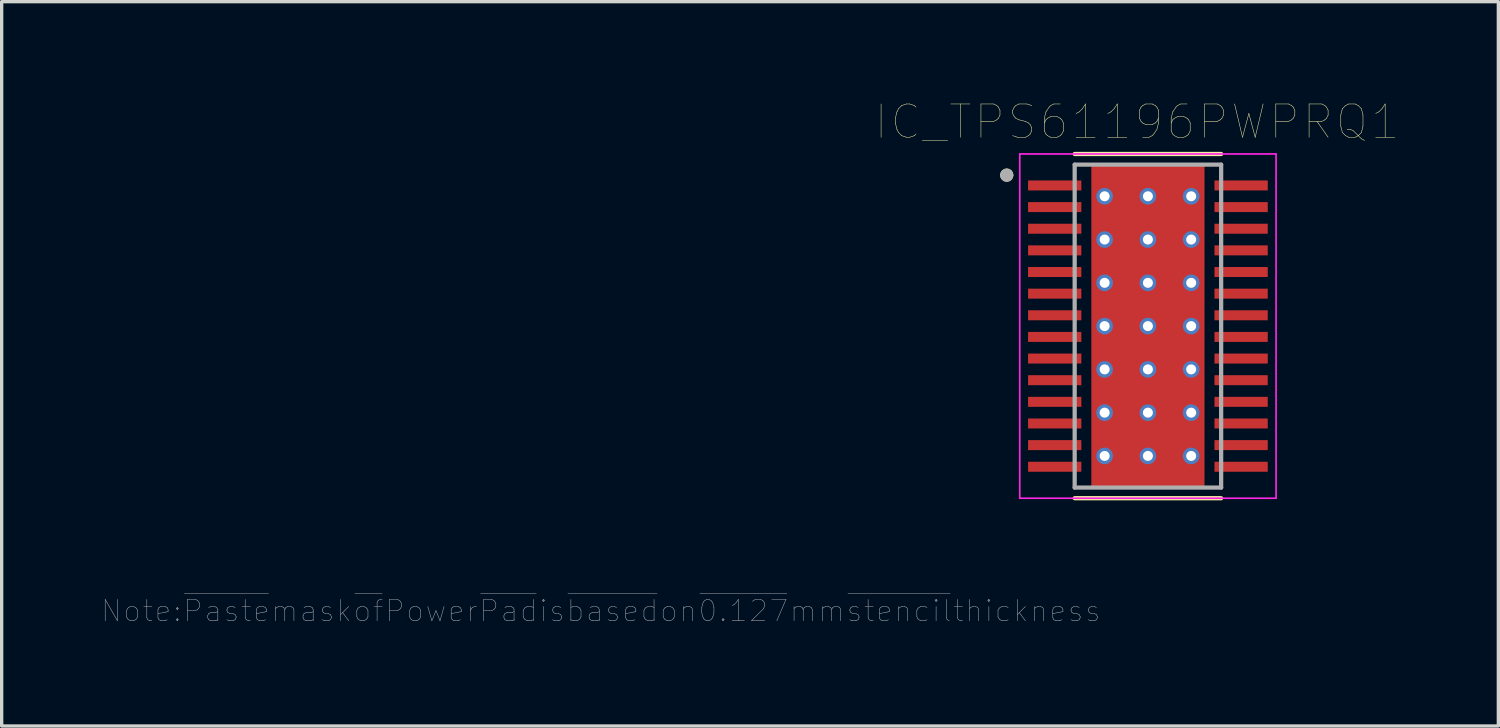
<source format=kicad_pcb>
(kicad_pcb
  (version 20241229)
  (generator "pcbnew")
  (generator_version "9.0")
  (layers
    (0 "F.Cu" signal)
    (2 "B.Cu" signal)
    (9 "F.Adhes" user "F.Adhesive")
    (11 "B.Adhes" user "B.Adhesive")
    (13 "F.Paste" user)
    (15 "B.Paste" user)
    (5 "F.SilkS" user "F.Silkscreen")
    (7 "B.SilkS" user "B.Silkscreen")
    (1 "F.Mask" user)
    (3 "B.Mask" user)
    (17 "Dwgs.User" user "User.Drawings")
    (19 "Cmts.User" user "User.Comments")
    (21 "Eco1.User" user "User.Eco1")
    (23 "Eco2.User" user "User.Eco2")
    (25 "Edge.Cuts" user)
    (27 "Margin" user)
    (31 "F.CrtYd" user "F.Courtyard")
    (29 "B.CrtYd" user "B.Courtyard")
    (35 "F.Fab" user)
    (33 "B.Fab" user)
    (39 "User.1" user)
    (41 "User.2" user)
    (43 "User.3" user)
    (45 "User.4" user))
  (footprint "IC_TPS61196PWPRQ1"
    (layer "F.Cu")
    (at 31.433 6.746)
    (property "Reference" "IC_TPS61196PWPRQ1" (at -0.325 -6.135 0) (layer "F.SilkS") (effects (font (size 1 1) (thickness 0.015))))
    (attr smd)
    (fp_poly (pts (xy -3.67 -4.445) (xy -1.93 -4.445) (xy -1.93 -4.005) (xy -3.67 -4.005)) (stroke (width 0.01) (type solid)) (fill yes) (layer "F.Mask"))
    (fp_poly (pts (xy -3.67 -3.795) (xy -1.93 -3.795) (xy -1.93 -3.355) (xy -3.67 -3.355)) (stroke (width 0.01) (type solid)) (fill yes) (layer "F.Mask"))
    (fp_poly (pts (xy -3.67 -3.145) (xy -1.93 -3.145) (xy -1.93 -2.705) (xy -3.67 -2.705)) (stroke (width 0.01) (type solid)) (fill yes) (layer "F.Mask"))
    (fp_poly (pts (xy -3.67 -2.495) (xy -1.93 -2.495) (xy -1.93 -2.055) (xy -3.67 -2.055)) (stroke (width 0.01) (type solid)) (fill yes) (layer "F.Mask"))
    (fp_poly (pts (xy -3.67 -1.845) (xy -1.93 -1.845) (xy -1.93 -1.405) (xy -3.67 -1.405)) (stroke (width 0.01) (type solid)) (fill yes) (layer "F.Mask"))
    (fp_poly (pts (xy -3.67 -1.195) (xy -1.93 -1.195) (xy -1.93 -0.755) (xy -3.67 -0.755)) (stroke (width 0.01) (type solid)) (fill yes) (layer "F.Mask"))
    (fp_poly (pts (xy -3.67 -0.545) (xy -1.93 -0.545) (xy -1.93 -0.105) (xy -3.67 -0.105)) (stroke (width 0.01) (type solid)) (fill yes) (layer "F.Mask"))
    (fp_poly (pts (xy -3.67 0.105) (xy -1.93 0.105) (xy -1.93 0.545) (xy -3.67 0.545)) (stroke (width 0.01) (type solid)) (fill yes) (layer "F.Mask"))
    (fp_poly (pts (xy -3.67 0.755) (xy -1.93 0.755) (xy -1.93 1.195) (xy -3.67 1.195)) (stroke (width 0.01) (type solid)) (fill yes) (layer "F.Mask"))
    (fp_poly (pts (xy -3.67 1.405) (xy -1.93 1.405) (xy -1.93 1.845) (xy -3.67 1.845)) (stroke (width 0.01) (type solid)) (fill yes) (layer "F.Mask"))
    (fp_poly (pts (xy -3.67 2.055) (xy -1.93 2.055) (xy -1.93 2.495) (xy -3.67 2.495)) (stroke (width 0.01) (type solid)) (fill yes) (layer "F.Mask"))
    (fp_poly (pts (xy -3.67 2.705) (xy -1.93 2.705) (xy -1.93 3.145) (xy -3.67 3.145)) (stroke (width 0.01) (type solid)) (fill yes) (layer "F.Mask"))
    (fp_poly (pts (xy -3.67 3.355) (xy -1.93 3.355) (xy -1.93 3.795) (xy -3.67 3.795)) (stroke (width 0.01) (type solid)) (fill yes) (layer "F.Mask"))
    (fp_poly (pts (xy -3.67 4.005) (xy -1.93 4.005) (xy -1.93 4.445) (xy -3.67 4.445)) (stroke (width 0.01) (type solid)) (fill yes) (layer "F.Mask"))
    (fp_poly (pts (xy -1.2 -3.23) (xy 1.2 -3.23) (xy 1.2 3.23) (xy -1.2 3.23)) (stroke (width 0.01) (type solid)) (fill yes) (layer "F.Mask"))
    (fp_poly (pts (xy 1.93 -4.445) (xy 3.67 -4.445) (xy 3.67 -4.005) (xy 1.93 -4.005)) (stroke (width 0.01) (type solid)) (fill yes) (layer "F.Mask"))
    (fp_poly (pts (xy 1.93 -3.795) (xy 3.67 -3.795) (xy 3.67 -3.355) (xy 1.93 -3.355)) (stroke (width 0.01) (type solid)) (fill yes) (layer "F.Mask"))
    (fp_poly (pts (xy 1.93 -3.145) (xy 3.67 -3.145) (xy 3.67 -2.705) (xy 1.93 -2.705)) (stroke (width 0.01) (type solid)) (fill yes) (layer "F.Mask"))
    (fp_poly (pts (xy 1.93 -2.495) (xy 3.67 -2.495) (xy 3.67 -2.055) (xy 1.93 -2.055)) (stroke (width 0.01) (type solid)) (fill yes) (layer "F.Mask"))
    (fp_poly (pts (xy 1.93 -1.845) (xy 3.67 -1.845) (xy 3.67 -1.405) (xy 1.93 -1.405)) (stroke (width 0.01) (type solid)) (fill yes) (layer "F.Mask"))
    (fp_poly (pts (xy 1.93 -1.195) (xy 3.67 -1.195) (xy 3.67 -0.755) (xy 1.93 -0.755)) (stroke (width 0.01) (type solid)) (fill yes) (layer "F.Mask"))
    (fp_poly (pts (xy 1.93 -0.545) (xy 3.67 -0.545) (xy 3.67 -0.105) (xy 1.93 -0.105)) (stroke (width 0.01) (type solid)) (fill yes) (layer "F.Mask"))
    (fp_poly (pts (xy 1.93 0.105) (xy 3.67 0.105) (xy 3.67 0.545) (xy 1.93 0.545)) (stroke (width 0.01) (type solid)) (fill yes) (layer "F.Mask"))
    (fp_poly (pts (xy 1.93 0.755) (xy 3.67 0.755) (xy 3.67 1.195) (xy 1.93 1.195)) (stroke (width 0.01) (type solid)) (fill yes) (layer "F.Mask"))
    (fp_poly (pts (xy 1.93 1.405) (xy 3.67 1.405) (xy 3.67 1.845) (xy 1.93 1.845)) (stroke (width 0.01) (type solid)) (fill yes) (layer "F.Mask"))
    (fp_poly (pts (xy 1.93 2.055) (xy 3.67 2.055) (xy 3.67 2.495) (xy 1.93 2.495)) (stroke (width 0.01) (type solid)) (fill yes) (layer "F.Mask"))
    (fp_poly (pts (xy 1.93 2.705) (xy 3.67 2.705) (xy 3.67 3.145) (xy 1.93 3.145)) (stroke (width 0.01) (type solid)) (fill yes) (layer "F.Mask"))
    (fp_poly (pts (xy 1.93 3.355) (xy 3.67 3.355) (xy 3.67 3.795) (xy 1.93 3.795)) (stroke (width 0.01) (type solid)) (fill yes) (layer "F.Mask"))
    (fp_poly (pts (xy 1.93 4.005) (xy 3.67 4.005) (xy 3.67 4.445) (xy 1.93 4.445)) (stroke (width 0.01) (type solid)) (fill yes) (layer "F.Mask"))
    (fp_line (start -2.2 -5.17) (end 2.2 -5.17) (stroke (width 0.127) (type solid)) (layer "F.SilkS"))
    (fp_line (start -2.2 5.17) (end 2.2 5.17) (stroke (width 0.127) (type solid)) (layer "F.SilkS"))
    (fp_circle (center -4.24 -4.535) (end -4.14 -4.535) (stroke (width 0.2) (type solid)) (fill no) (layer "F.SilkS"))
    (fp_poly (pts (xy -3.575 -4.35) (xy -2.025 -4.35) (xy -2.025 -4.1) (xy -3.575 -4.1)) (stroke (width 0.01) (type solid)) (fill yes) (layer "F.Paste"))
    (fp_poly (pts (xy -3.575 -3.7) (xy -2.025 -3.7) (xy -2.025 -3.45) (xy -3.575 -3.45)) (stroke (width 0.01) (type solid)) (fill yes) (layer "F.Paste"))
    (fp_poly (pts (xy -3.575 -3.05) (xy -2.025 -3.05) (xy -2.025 -2.8) (xy -3.575 -2.8)) (stroke (width 0.01) (type solid)) (fill yes) (layer "F.Paste"))
    (fp_poly (pts (xy -3.575 -2.4) (xy -2.025 -2.4) (xy -2.025 -2.15) (xy -3.575 -2.15)) (stroke (width 0.01) (type solid)) (fill yes) (layer "F.Paste"))
    (fp_poly (pts (xy -3.575 -1.75) (xy -2.025 -1.75) (xy -2.025 -1.5) (xy -3.575 -1.5)) (stroke (width 0.01) (type solid)) (fill yes) (layer "F.Paste"))
    (fp_poly (pts (xy -3.575 -1.1) (xy -2.025 -1.1) (xy -2.025 -0.85) (xy -3.575 -0.85)) (stroke (width 0.01) (type solid)) (fill yes) (layer "F.Paste"))
    (fp_poly (pts (xy -3.575 -0.45) (xy -2.025 -0.45) (xy -2.025 -0.2) (xy -3.575 -0.2)) (stroke (width 0.01) (type solid)) (fill yes) (layer "F.Paste"))
    (fp_poly (pts (xy -3.575 0.2) (xy -2.025 0.2) (xy -2.025 0.45) (xy -3.575 0.45)) (stroke (width 0.01) (type solid)) (fill yes) (layer "F.Paste"))
    (fp_poly (pts (xy -3.575 0.85) (xy -2.025 0.85) (xy -2.025 1.1) (xy -3.575 1.1)) (stroke (width 0.01) (type solid)) (fill yes) (layer "F.Paste"))
    (fp_poly (pts (xy -3.575 1.5) (xy -2.025 1.5) (xy -2.025 1.75) (xy -3.575 1.75)) (stroke (width 0.01) (type solid)) (fill yes) (layer "F.Paste"))
    (fp_poly (pts (xy -3.575 2.15) (xy -2.025 2.15) (xy -2.025 2.4) (xy -3.575 2.4)) (stroke (width 0.01) (type solid)) (fill yes) (layer "F.Paste"))
    (fp_poly (pts (xy -3.575 2.8) (xy -2.025 2.8) (xy -2.025 3.05) (xy -3.575 3.05)) (stroke (width 0.01) (type solid)) (fill yes) (layer "F.Paste"))
    (fp_poly (pts (xy -3.575 3.45) (xy -2.025 3.45) (xy -2.025 3.7) (xy -3.575 3.7)) (stroke (width 0.01) (type solid)) (fill yes) (layer "F.Paste"))
    (fp_poly (pts (xy -3.575 4.1) (xy -2.025 4.1) (xy -2.025 4.35) (xy -3.575 4.35)) (stroke (width 0.01) (type solid)) (fill yes) (layer "F.Paste"))
    (fp_poly (pts (xy -1.2 -3.23) (xy 1.2 -3.23) (xy 1.2 3.23) (xy -1.2 3.23)) (stroke (width 0.01) (type solid)) (fill yes) (layer "F.Paste"))
    (fp_poly (pts (xy 2.025 -4.35) (xy 3.575 -4.35) (xy 3.575 -4.1) (xy 2.025 -4.1)) (stroke (width 0.01) (type solid)) (fill yes) (layer "F.Paste"))
    (fp_poly (pts (xy 2.025 -3.7) (xy 3.575 -3.7) (xy 3.575 -3.45) (xy 2.025 -3.45)) (stroke (width 0.01) (type solid)) (fill yes) (layer "F.Paste"))
    (fp_poly (pts (xy 2.025 -3.05) (xy 3.575 -3.05) (xy 3.575 -2.8) (xy 2.025 -2.8)) (stroke (width 0.01) (type solid)) (fill yes) (layer "F.Paste"))
    (fp_poly (pts (xy 2.025 -2.4) (xy 3.575 -2.4) (xy 3.575 -2.15) (xy 2.025 -2.15)) (stroke (width 0.01) (type solid)) (fill yes) (layer "F.Paste"))
    (fp_poly (pts (xy 2.025 -1.75) (xy 3.575 -1.75) (xy 3.575 -1.5) (xy 2.025 -1.5)) (stroke (width 0.01) (type solid)) (fill yes) (layer "F.Paste"))
    (fp_poly (pts (xy 2.025 -1.1) (xy 3.575 -1.1) (xy 3.575 -0.85) (xy 2.025 -0.85)) (stroke (width 0.01) (type solid)) (fill yes) (layer "F.Paste"))
    (fp_poly (pts (xy 2.025 -0.45) (xy 3.575 -0.45) (xy 3.575 -0.2) (xy 2.025 -0.2)) (stroke (width 0.01) (type solid)) (fill yes) (layer "F.Paste"))
    (fp_poly (pts (xy 2.025 0.2) (xy 3.575 0.2) (xy 3.575 0.45) (xy 2.025 0.45)) (stroke (width 0.01) (type solid)) (fill yes) (layer "F.Paste"))
    (fp_poly (pts (xy 2.025 0.85) (xy 3.575 0.85) (xy 3.575 1.1) (xy 2.025 1.1)) (stroke (width 0.01) (type solid)) (fill yes) (layer "F.Paste"))
    (fp_poly (pts (xy 2.025 1.5) (xy 3.575 1.5) (xy 3.575 1.75) (xy 2.025 1.75)) (stroke (width 0.01) (type solid)) (fill yes) (layer "F.Paste"))
    (fp_poly (pts (xy 2.025 2.15) (xy 3.575 2.15) (xy 3.575 2.4) (xy 2.025 2.4)) (stroke (width 0.01) (type solid)) (fill yes) (layer "F.Paste"))
    (fp_poly (pts (xy 2.025 2.8) (xy 3.575 2.8) (xy 3.575 3.05) (xy 2.025 3.05)) (stroke (width 0.01) (type solid)) (fill yes) (layer "F.Paste"))
    (fp_poly (pts (xy 2.025 3.45) (xy 3.575 3.45) (xy 3.575 3.7) (xy 2.025 3.7)) (stroke (width 0.01) (type solid)) (fill yes) (layer "F.Paste"))
    (fp_poly (pts (xy 2.025 4.1) (xy 3.575 4.1) (xy 3.575 4.35) (xy 2.025 4.35)) (stroke (width 0.01) (type solid)) (fill yes) (layer "F.Paste"))
    (fp_line (start -3.85 -5.17) (end -3.85 5.17) (stroke (width 0.05) (type solid)) (layer "F.CrtYd"))
    (fp_line (start -3.85 -5.17) (end 3.85 -5.17) (stroke (width 0.05) (type solid)) (layer "F.CrtYd"))
    (fp_line (start -3.85 5.17) (end 3.85 5.17) (stroke (width 0.05) (type solid)) (layer "F.CrtYd"))
    (fp_line (start 3.85 -5.17) (end 3.85 5.17) (stroke (width 0.05) (type solid)) (layer "F.CrtYd"))
    (fp_line (start -2.2 -4.85) (end -2.2 4.85) (stroke (width 0.127) (type solid)) (layer "F.Fab"))
    (fp_line (start -2.2 -4.85) (end 2.2 -4.85) (stroke (width 0.127) (type solid)) (layer "F.Fab"))
    (fp_line (start -2.2 4.85) (end 2.2 4.85) (stroke (width 0.127) (type solid)) (layer "F.Fab"))
    (fp_line (start 2.2 -4.85) (end 2.2 4.85) (stroke (width 0.127) (type solid)) (layer "F.Fab"))
    (fp_circle (center -4.24 -4.535) (end -4.14 -4.535) (stroke (width 0.2) (type solid)) (fill no) (layer "F.Fab"))
    (fp_text user "Note:~{Paste}mask~{of}Power~{Pad}is~{based}on~{0.127}mm~{stencil}thickness" (at -16.435 8.555 0) (layer "F.Fab") (effects (font (size 0.64 0.64) (thickness 0.015))))
    (pad "1" smd rect (at -2.8 -4.225) (size 1.6 0.3) (layers "F.Cu"))
    (pad "2" smd rect (at -2.8 -3.575) (size 1.6 0.3) (layers "F.Cu"))
    (pad "3" smd rect (at -2.8 -2.925) (size 1.6 0.3) (layers "F.Cu"))
    (pad "4" smd rect (at -2.8 -2.275) (size 1.6 0.3) (layers "F.Cu"))
    (pad "5" smd rect (at -2.8 -1.625) (size 1.6 0.3) (layers "F.Cu"))
    (pad "6" smd rect (at -2.8 -0.975) (size 1.6 0.3) (layers "F.Cu"))
    (pad "7" smd rect (at -2.8 -0.325) (size 1.6 0.3) (layers "F.Cu"))
    (pad "8" smd rect (at -2.8 0.325) (size 1.6 0.3) (layers "F.Cu"))
    (pad "9" smd rect (at -2.8 0.975) (size 1.6 0.3) (layers "F.Cu"))
    (pad "10" smd rect (at -2.8 1.625) (size 1.6 0.3) (layers "F.Cu"))
    (pad "11" smd rect (at -2.8 2.275) (size 1.6 0.3) (layers "F.Cu"))
    (pad "12" smd rect (at -2.8 2.925) (size 1.6 0.3) (layers "F.Cu"))
    (pad "13" smd rect (at -2.8 3.575) (size 1.6 0.3) (layers "F.Cu"))
    (pad "14" smd rect (at -2.8 4.225) (size 1.6 0.3) (layers "F.Cu"))
    (pad "15" smd rect (at 2.8 4.225) (size 1.6 0.3) (layers "F.Cu"))
    (pad "16" smd rect (at 2.8 3.575) (size 1.6 0.3) (layers "F.Cu"))
    (pad "17" smd rect (at 2.8 2.925) (size 1.6 0.3) (layers "F.Cu"))
    (pad "18" smd rect (at 2.8 2.275) (size 1.6 0.3) (layers "F.Cu"))
    (pad "19" smd rect (at 2.8 1.625) (size 1.6 0.3) (layers "F.Cu"))
    (pad "20" smd rect (at 2.8 0.975) (size 1.6 0.3) (layers "F.Cu"))
    (pad "21" smd rect (at 2.8 0.325) (size 1.6 0.3) (layers "F.Cu"))
    (pad "22" smd rect (at 2.8 -0.325) (size 1.6 0.3) (layers "F.Cu"))
    (pad "23" smd rect (at 2.8 -0.975) (size 1.6 0.3) (layers "F.Cu"))
    (pad "24" smd rect (at 2.8 -1.625) (size 1.6 0.3) (layers "F.Cu"))
    (pad "25" smd rect (at 2.8 -2.275) (size 1.6 0.3) (layers "F.Cu"))
    (pad "26" smd rect (at 2.8 -2.925) (size 1.6 0.3) (layers "F.Cu"))
    (pad "27" smd rect (at 2.8 -3.575) (size 1.6 0.3) (layers "F.Cu"))
    (pad "28" smd rect (at 2.8 -4.225) (size 1.6 0.3) (layers "F.Cu"))
    (pad "29" smd rect (at 0 0) (size 3.4 9.7) (layers "F.Cu"))
    (pad "30" thru_hole circle (at 0 0) (size 0.5 0.5) (drill 0.3) (layers "*.Cu"))
    (pad "31" thru_hole circle (at 0 -1.3) (size 0.5 0.5) (drill 0.3) (layers "*.Cu"))
    (pad "32" thru_hole circle (at 0 -2.6) (size 0.5 0.5) (drill 0.3) (layers "*.Cu"))
    (pad "33" thru_hole circle (at 0 -3.9) (size 0.5 0.5) (drill 0.3) (layers "*.Cu"))
    (pad "34" thru_hole circle (at 0 1.3) (size 0.5 0.5) (drill 0.3) (layers "*.Cu"))
    (pad "35" thru_hole circle (at 0 2.6) (size 0.5 0.5) (drill 0.3) (layers "*.Cu"))
    (pad "36" thru_hole circle (at 0 3.9) (size 0.5 0.5) (drill 0.3) (layers "*.Cu"))
    (pad "37" thru_hole circle (at -1.3 -3.9) (size 0.5 0.5) (drill 0.3) (layers "*.Cu"))
    (pad "38" thru_hole circle (at 1.3 -3.9) (size 0.5 0.5) (drill 0.3) (layers "*.Cu"))
    (pad "39" thru_hole circle (at -1.3 -2.6) (size 0.5 0.5) (drill 0.3) (layers "*.Cu"))
    (pad "40" thru_hole circle (at 1.3 -2.6) (size 0.5 0.5) (drill 0.3) (layers "*.Cu"))
    (pad "41" thru_hole circle (at 1.3 -1.3) (size 0.5 0.5) (drill 0.3) (layers "*.Cu"))
    (pad "42" thru_hole circle (at -1.3 -1.3) (size 0.5 0.5) (drill 0.3) (layers "*.Cu"))
    (pad "43" thru_hole circle (at -1.3 0) (size 0.5 0.5) (drill 0.3) (layers "*.Cu"))
    (pad "44" thru_hole circle (at 1.3 0) (size 0.5 0.5) (drill 0.3) (layers "*.Cu"))
    (pad "45" thru_hole circle (at -1.3 1.3) (size 0.5 0.5) (drill 0.3) (layers "*.Cu"))
    (pad "46" thru_hole circle (at 1.3 1.3) (size 0.5 0.5) (drill 0.3) (layers "*.Cu"))
    (pad "47" thru_hole circle (at -1.3 2.6) (size 0.5 0.5) (drill 0.3) (layers "*.Cu"))
    (pad "48" thru_hole circle (at 1.3 2.6) (size 0.5 0.5) (drill 0.3) (layers "*.Cu"))
    (pad "49" thru_hole circle (at -1.3 3.9) (size 0.5 0.5) (drill 0.3) (layers "*.Cu"))
    (pad "50" thru_hole circle (at 1.3 3.9) (size 0.5 0.5) (drill 0.3) (layers "*.Cu")))
  (gr_rect
    (start -3 -3)
    (end 41.96 18.759)
    (stroke (width 0.1) (type default))
    (fill no)
    (layer "Edge.Cuts")))
</source>
